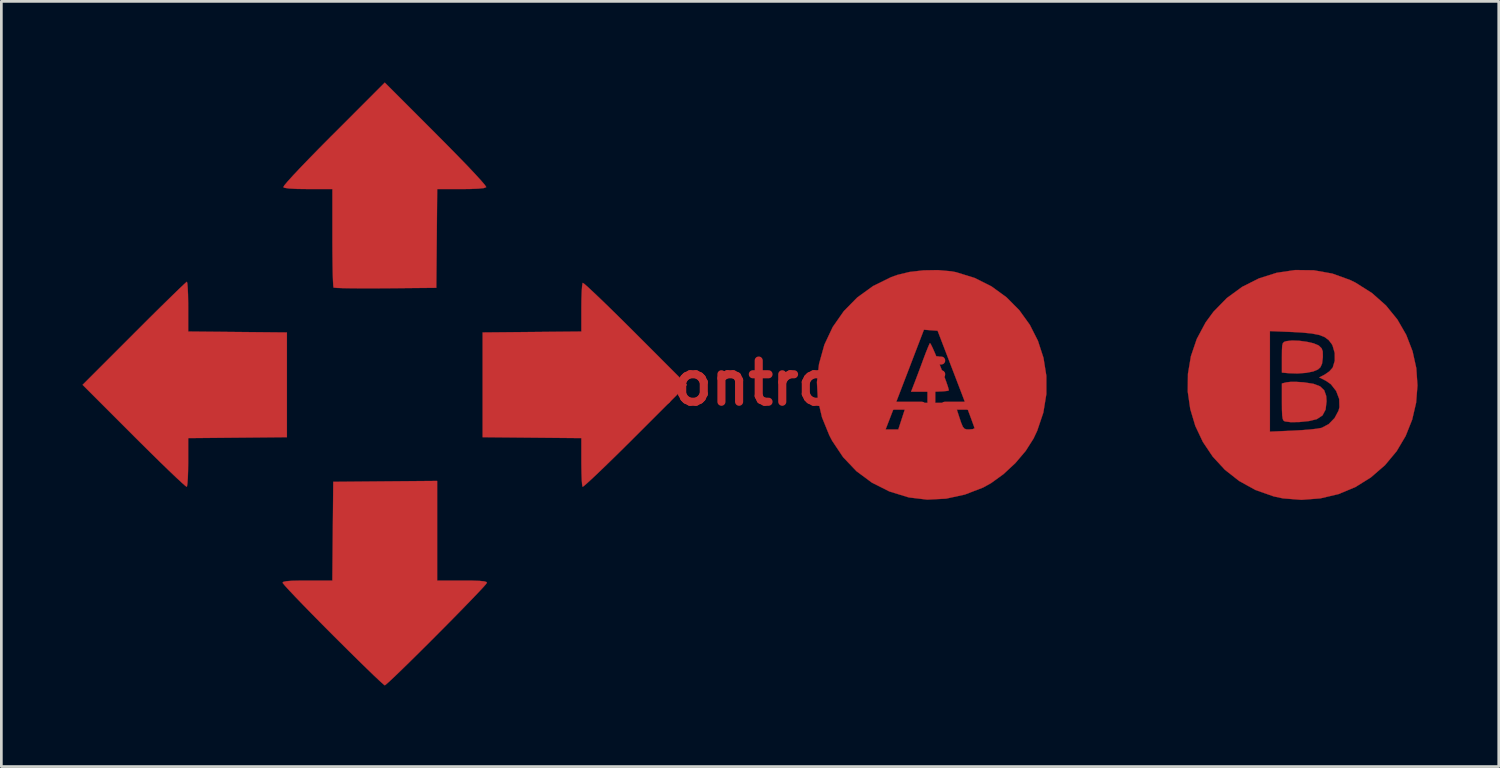
<source format=kicad_pcb>
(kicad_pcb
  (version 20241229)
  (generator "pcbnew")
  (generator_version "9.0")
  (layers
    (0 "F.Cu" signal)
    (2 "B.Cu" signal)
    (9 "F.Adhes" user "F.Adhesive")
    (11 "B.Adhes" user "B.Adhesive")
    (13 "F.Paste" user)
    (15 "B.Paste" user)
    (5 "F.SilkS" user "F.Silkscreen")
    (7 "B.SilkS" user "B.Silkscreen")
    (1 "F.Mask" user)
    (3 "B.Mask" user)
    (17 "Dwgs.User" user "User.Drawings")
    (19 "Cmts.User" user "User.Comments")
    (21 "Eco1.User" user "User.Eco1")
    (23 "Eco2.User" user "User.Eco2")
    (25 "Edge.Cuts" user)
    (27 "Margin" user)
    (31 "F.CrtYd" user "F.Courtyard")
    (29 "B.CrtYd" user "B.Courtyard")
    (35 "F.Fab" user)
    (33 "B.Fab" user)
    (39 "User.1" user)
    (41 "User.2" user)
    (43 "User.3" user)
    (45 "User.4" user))
  (footprint "controls_f_cu"
    (layer "F.Cu")
    (at 28.166 11.118)
    (property "Reference" "controls_f_cu" (at 0 0 0) (layer "F.Cu") (effects (font (size 1.524 1.524) (thickness 0.3))))
    (attr through_hole)
    (fp_poly (pts (xy 16.737 -0.045) (xy 16.994 -0.029) (xy 17.003 -0.028) (xy 17.357 0.026) (xy 17.603 0.119) (xy 17.756 0.265) (xy 17.83 0.475) (xy 17.843 0.669) (xy 17.808 0.978) (xy 17.693 1.195) (xy 17.485 1.332) (xy 17.203 1.402) (xy 16.835 1.44) (xy 16.521 1.445) (xy 16.304 1.417) (xy 16.254 1.389) (xy 16.222 1.324) (xy 16.203 1.197) (xy 16.194 0.986) (xy 16.192 0.701) (xy 16.192 0.014) (xy 16.363 -0.029) (xy 16.511 -0.045) (xy 16.737 -0.045)) (stroke (width 0.01) (type solid)) (fill yes) (layer "F.Cu"))
    (fp_poly (pts (xy 3.208 -1.438) (xy 3.275 -1.302) (xy 3.366 -1.096) (xy 3.471 -0.843) (xy 3.581 -0.569) (xy 3.686 -0.298) (xy 3.776 -0.054) (xy 3.842 0.139) (xy 3.873 0.255) (xy 3.874 0.27) (xy 3.815 0.289) (xy 3.654 0.304) (xy 3.417 0.315) (xy 3.176 0.318) (xy 2.478 0.318) (xy 2.595 0.016) (xy 2.671 -0.183) (xy 2.773 -0.454) (xy 2.883 -0.749) (xy 2.922 -0.857) (xy 3.017 -1.109) (xy 3.1 -1.316) (xy 3.158 -1.449) (xy 3.176 -1.48) (xy 3.208 -1.438)) (stroke (width 0.01) (type solid)) (fill yes) (layer "F.Cu"))
    (fp_poly (pts (xy 16.837 -1.565) (xy 17.118 -1.527) (xy 17.369 -1.469) (xy 17.544 -1.395) (xy 17.563 -1.382) (xy 17.66 -1.287) (xy 17.702 -1.174) (xy 17.707 -0.995) (xy 17.704 -0.936) (xy 17.677 -0.722) (xy 17.618 -0.589) (xy 17.526 -0.505) (xy 17.349 -0.43) (xy 17.084 -0.379) (xy 16.769 -0.356) (xy 16.442 -0.366) (xy 16.431 -0.367) (xy 16.192 -0.389) (xy 16.192 -0.949) (xy 16.194 -1.217) (xy 16.203 -1.385) (xy 16.228 -1.479) (xy 16.276 -1.525) (xy 16.353 -1.55) (xy 16.359 -1.552) (xy 16.569 -1.575) (xy 16.837 -1.565)) (stroke (width 0.01) (type solid)) (fill yes) (layer "F.Cu"))
    (fp_poly (pts (xy -24.288 -3.687) (xy -24.274 -3.522) (xy -24.263 -3.276) (xy -24.258 -2.969) (xy -24.257 -2.827) (xy -24.257 -1.907) (xy -20.606 -1.873) (xy -20.606 2) (xy -22.431 2.017) (xy -24.257 2.034) (xy -24.257 2.918) (xy -24.261 3.24) (xy -24.27 3.514) (xy -24.285 3.717) (xy -24.302 3.824) (xy -24.309 3.834) (xy -24.363 3.798) (xy -24.497 3.68) (xy -24.702 3.49) (xy -24.967 3.237) (xy -25.284 2.931) (xy -25.642 2.579) (xy -26.033 2.192) (xy -26.261 1.965) (xy -28.161 0.064) (xy -26.257 -1.841) (xy -25.852 -2.246) (xy -25.474 -2.621) (xy -25.132 -2.958) (xy -24.837 -3.246) (xy -24.598 -3.478) (xy -24.424 -3.643) (xy -24.324 -3.733) (xy -24.305 -3.747) (xy -24.288 -3.687)) (stroke (width 0.01) (type solid)) (fill yes) (layer "F.Cu"))
    (fp_poly (pts (xy -9.61 -3.671) (xy -9.475 -3.553) (xy -9.271 -3.363) (xy -9.005 -3.11) (xy -8.689 -2.804) (xy -8.33 -2.452) (xy -7.939 -2.065) (xy -7.712 -1.838) (xy -5.811 0.064) (xy -7.718 1.971) (xy -8.123 2.374) (xy -8.501 2.746) (xy -8.842 3.078) (xy -9.137 3.361) (xy -9.377 3.586) (xy -9.551 3.743) (xy -9.651 3.825) (xy -9.671 3.834) (xy -9.687 3.757) (xy -9.701 3.578) (xy -9.71 3.321) (xy -9.715 3.01) (xy -9.716 2.911) (xy -9.716 2.034) (xy -11.541 2.017) (xy -13.367 2) (xy -13.367 -1.873) (xy -9.716 -1.907) (xy -9.716 -2.791) (xy -9.712 -3.113) (xy -9.702 -3.387) (xy -9.688 -3.59) (xy -9.67 -3.697) (xy -9.664 -3.707) (xy -9.61 -3.671)) (stroke (width 0.01) (type solid)) (fill yes) (layer "F.Cu"))
    (fp_poly (pts (xy -15.089 -9.215) (xy -14.646 -8.769) (xy -14.251 -8.366) (xy -13.91 -8.014) (xy -13.632 -7.718) (xy -13.422 -7.488) (xy -13.287 -7.33) (xy -13.235 -7.252) (xy -13.235 -7.246) (xy -13.321 -7.213) (xy -13.531 -7.191) (xy -13.861 -7.178) (xy -14.163 -7.176) (xy -15.048 -7.176) (xy -15.064 -5.35) (xy -15.081 -3.524) (xy -16.959 -3.507) (xy -17.435 -3.505) (xy -17.87 -3.505) (xy -18.247 -3.508) (xy -18.55 -3.513) (xy -18.763 -3.521) (xy -18.871 -3.531) (xy -18.88 -3.534) (xy -18.891 -3.606) (xy -18.901 -3.789) (xy -18.91 -4.066) (xy -18.916 -4.42) (xy -18.921 -4.836) (xy -18.923 -5.296) (xy -18.923 -5.376) (xy -18.923 -7.176) (xy -19.808 -7.176) (xy -20.223 -7.181) (xy -20.518 -7.197) (xy -20.691 -7.222) (xy -20.737 -7.246) (xy -20.704 -7.307) (xy -20.586 -7.449) (xy -20.391 -7.665) (xy -20.126 -7.947) (xy -19.796 -8.29) (xy -19.411 -8.684) (xy -18.975 -9.124) (xy -18.883 -9.215) (xy -16.986 -11.113) (xy -15.089 -9.215)) (stroke (width 0.01) (type solid)) (fill yes) (layer "F.Cu"))
    (fp_poly (pts (xy -15.05 7.303) (xy -14.129 7.303) (xy -13.748 7.305) (xy -13.479 7.315) (xy -13.31 7.331) (xy -13.225 7.357) (xy -13.208 7.382) (xy -13.251 7.443) (xy -13.374 7.581) (xy -13.565 7.784) (xy -13.812 8.042) (xy -14.103 8.342) (xy -14.428 8.674) (xy -14.775 9.025) (xy -15.133 9.385) (xy -15.489 9.741) (xy -15.833 10.082) (xy -16.152 10.396) (xy -16.436 10.673) (xy -16.673 10.9) (xy -16.852 11.066) (xy -16.96 11.16) (xy -16.987 11.176) (xy -17.044 11.132) (xy -17.181 11.008) (xy -17.388 10.813) (xy -17.655 10.555) (xy -17.973 10.245) (xy -18.331 9.892) (xy -18.721 9.504) (xy -18.908 9.318) (xy -19.307 8.917) (xy -19.677 8.541) (xy -20.008 8.202) (xy -20.291 7.908) (xy -20.516 7.67) (xy -20.674 7.497) (xy -20.755 7.399) (xy -20.765 7.381) (xy -20.731 7.349) (xy -20.621 7.326) (xy -20.42 7.311) (xy -20.116 7.304) (xy -19.845 7.303) (xy -18.925 7.303) (xy -18.891 3.651) (xy -16.97 3.634) (xy -15.05 3.618) (xy -15.05 7.303)) (stroke (width 0.01) (type solid)) (fill yes) (layer "F.Cu"))
    (fp_poly (pts (xy 17.373 -4.172) (xy 18.057 -4.05) (xy 18.719 -3.811) (xy 18.912 -3.716) (xy 19.523 -3.33) (xy 20.04 -2.871) (xy 20.463 -2.351) (xy 20.79 -1.783) (xy 21.023 -1.18) (xy 21.162 -0.552) (xy 21.205 0.087) (xy 21.155 0.726) (xy 21.009 1.352) (xy 20.769 1.954) (xy 20.435 2.518) (xy 20.005 3.034) (xy 19.481 3.488) (xy 18.912 3.843) (xy 18.287 4.104) (xy 17.612 4.263) (xy 16.917 4.317) (xy 16.232 4.263) (xy 15.889 4.19) (xy 15.214 3.953) (xy 14.611 3.62) (xy 14.083 3.205) (xy 13.634 2.719) (xy 13.269 2.175) (xy 13.09 1.796) (xy 15.748 1.796) (xy 16.589 1.759) (xy 16.926 1.74) (xy 17.238 1.715) (xy 17.491 1.686) (xy 17.654 1.656) (xy 17.664 1.654) (xy 17.922 1.517) (xy 18.141 1.292) (xy 18.287 1.018) (xy 18.319 0.892) (xy 18.311 0.588) (xy 18.199 0.292) (xy 18.005 0.043) (xy 17.82 -0.086) (xy 17.574 -0.211) (xy 17.781 -0.318) (xy 17.946 -0.433) (xy 18.067 -0.569) (xy 18.072 -0.577) (xy 18.147 -0.825) (xy 18.145 -1.113) (xy 18.067 -1.384) (xy 18.032 -1.448) (xy 17.92 -1.593) (xy 17.773 -1.702) (xy 17.57 -1.781) (xy 17.294 -1.835) (xy 16.923 -1.871) (xy 16.593 -1.889) (xy 15.748 -1.924) (xy 15.748 1.796) (xy 13.09 1.796) (xy 12.99 1.585) (xy 12.803 0.96) (xy 12.71 0.314) (xy 12.717 -0.342) (xy 12.827 -0.995) (xy 13.044 -1.633) (xy 13.371 -2.244) (xy 13.659 -2.637) (xy 14.157 -3.147) (xy 14.723 -3.56) (xy 15.343 -3.872) (xy 16.001 -4.08) (xy 16.683 -4.181) (xy 17.373 -4.172)) (stroke (width 0.01) (type solid)) (fill yes) (layer "F.Cu"))
    (fp_poly (pts (xy 3.969 -4.134) (xy 4.14 -4.102) (xy 4.831 -3.888) (xy 5.455 -3.574) (xy 6.006 -3.173) (xy 6.479 -2.697) (xy 6.869 -2.156) (xy 7.169 -1.564) (xy 7.375 -0.931) (xy 7.48 -0.27) (xy 7.48 0.408) (xy 7.369 1.09) (xy 7.141 1.765) (xy 7.006 2.051) (xy 6.716 2.508) (xy 6.336 2.956) (xy 5.898 3.364) (xy 5.434 3.7) (xy 5.144 3.861) (xy 4.466 4.122) (xy 3.77 4.273) (xy 3.076 4.309) (xy 2.404 4.229) (xy 2.381 4.224) (xy 1.674 4.006) (xy 1.029 3.681) (xy 0.456 3.256) (xy -0.037 2.737) (xy -0.441 2.132) (xy -0.543 1.937) (xy -0.634 1.714) (xy 1.535 1.714) (xy 2.006 1.714) (xy 2.166 1.222) (xy 2.326 0.73) (xy 4.088 0.73) (xy 4.248 1.222) (xy 4.329 1.465) (xy 4.39 1.611) (xy 4.45 1.685) (xy 4.526 1.711) (xy 4.617 1.714) (xy 4.758 1.702) (xy 4.824 1.671) (xy 4.825 1.667) (xy 4.803 1.598) (xy 4.74 1.425) (xy 4.644 1.164) (xy 4.518 0.829) (xy 4.369 0.436) (xy 4.202 -0.000125) (xy 4.141 -0.159) (xy 3.459 -1.937) (xy 3.206 -1.955) (xy 2.953 -1.974) (xy 2.544 -0.908) (xy 2.384 -0.489) (xy 2.211 -0.04) (xy 2.044 0.396) (xy 1.897 0.777) (xy 1.835 0.937) (xy 1.535 1.714) (xy -0.634 1.714) (xy -0.815 1.27) (xy -0.968 0.619) (xy -1.004 -0.036) (xy -0.926 -0.709) (xy -0.728 -1.42) (xy -0.42 -2.074) (xy -0.011 -2.66) (xy 0.489 -3.168) (xy 1.073 -3.59) (xy 1.733 -3.915) (xy 1.968 -4) (xy 2.42 -4.11) (xy 2.939 -4.17) (xy 3.472 -4.179) (xy 3.969 -4.134)) (stroke (width 0.01) (type solid)) (fill yes) (layer "F.Cu")))
  (gr_rect
    (start -3 -3)
    (end 52.377 25.299)
    (stroke (width 0.1) (type default))
    (fill no)
    (layer "Edge.Cuts")))
</source>
